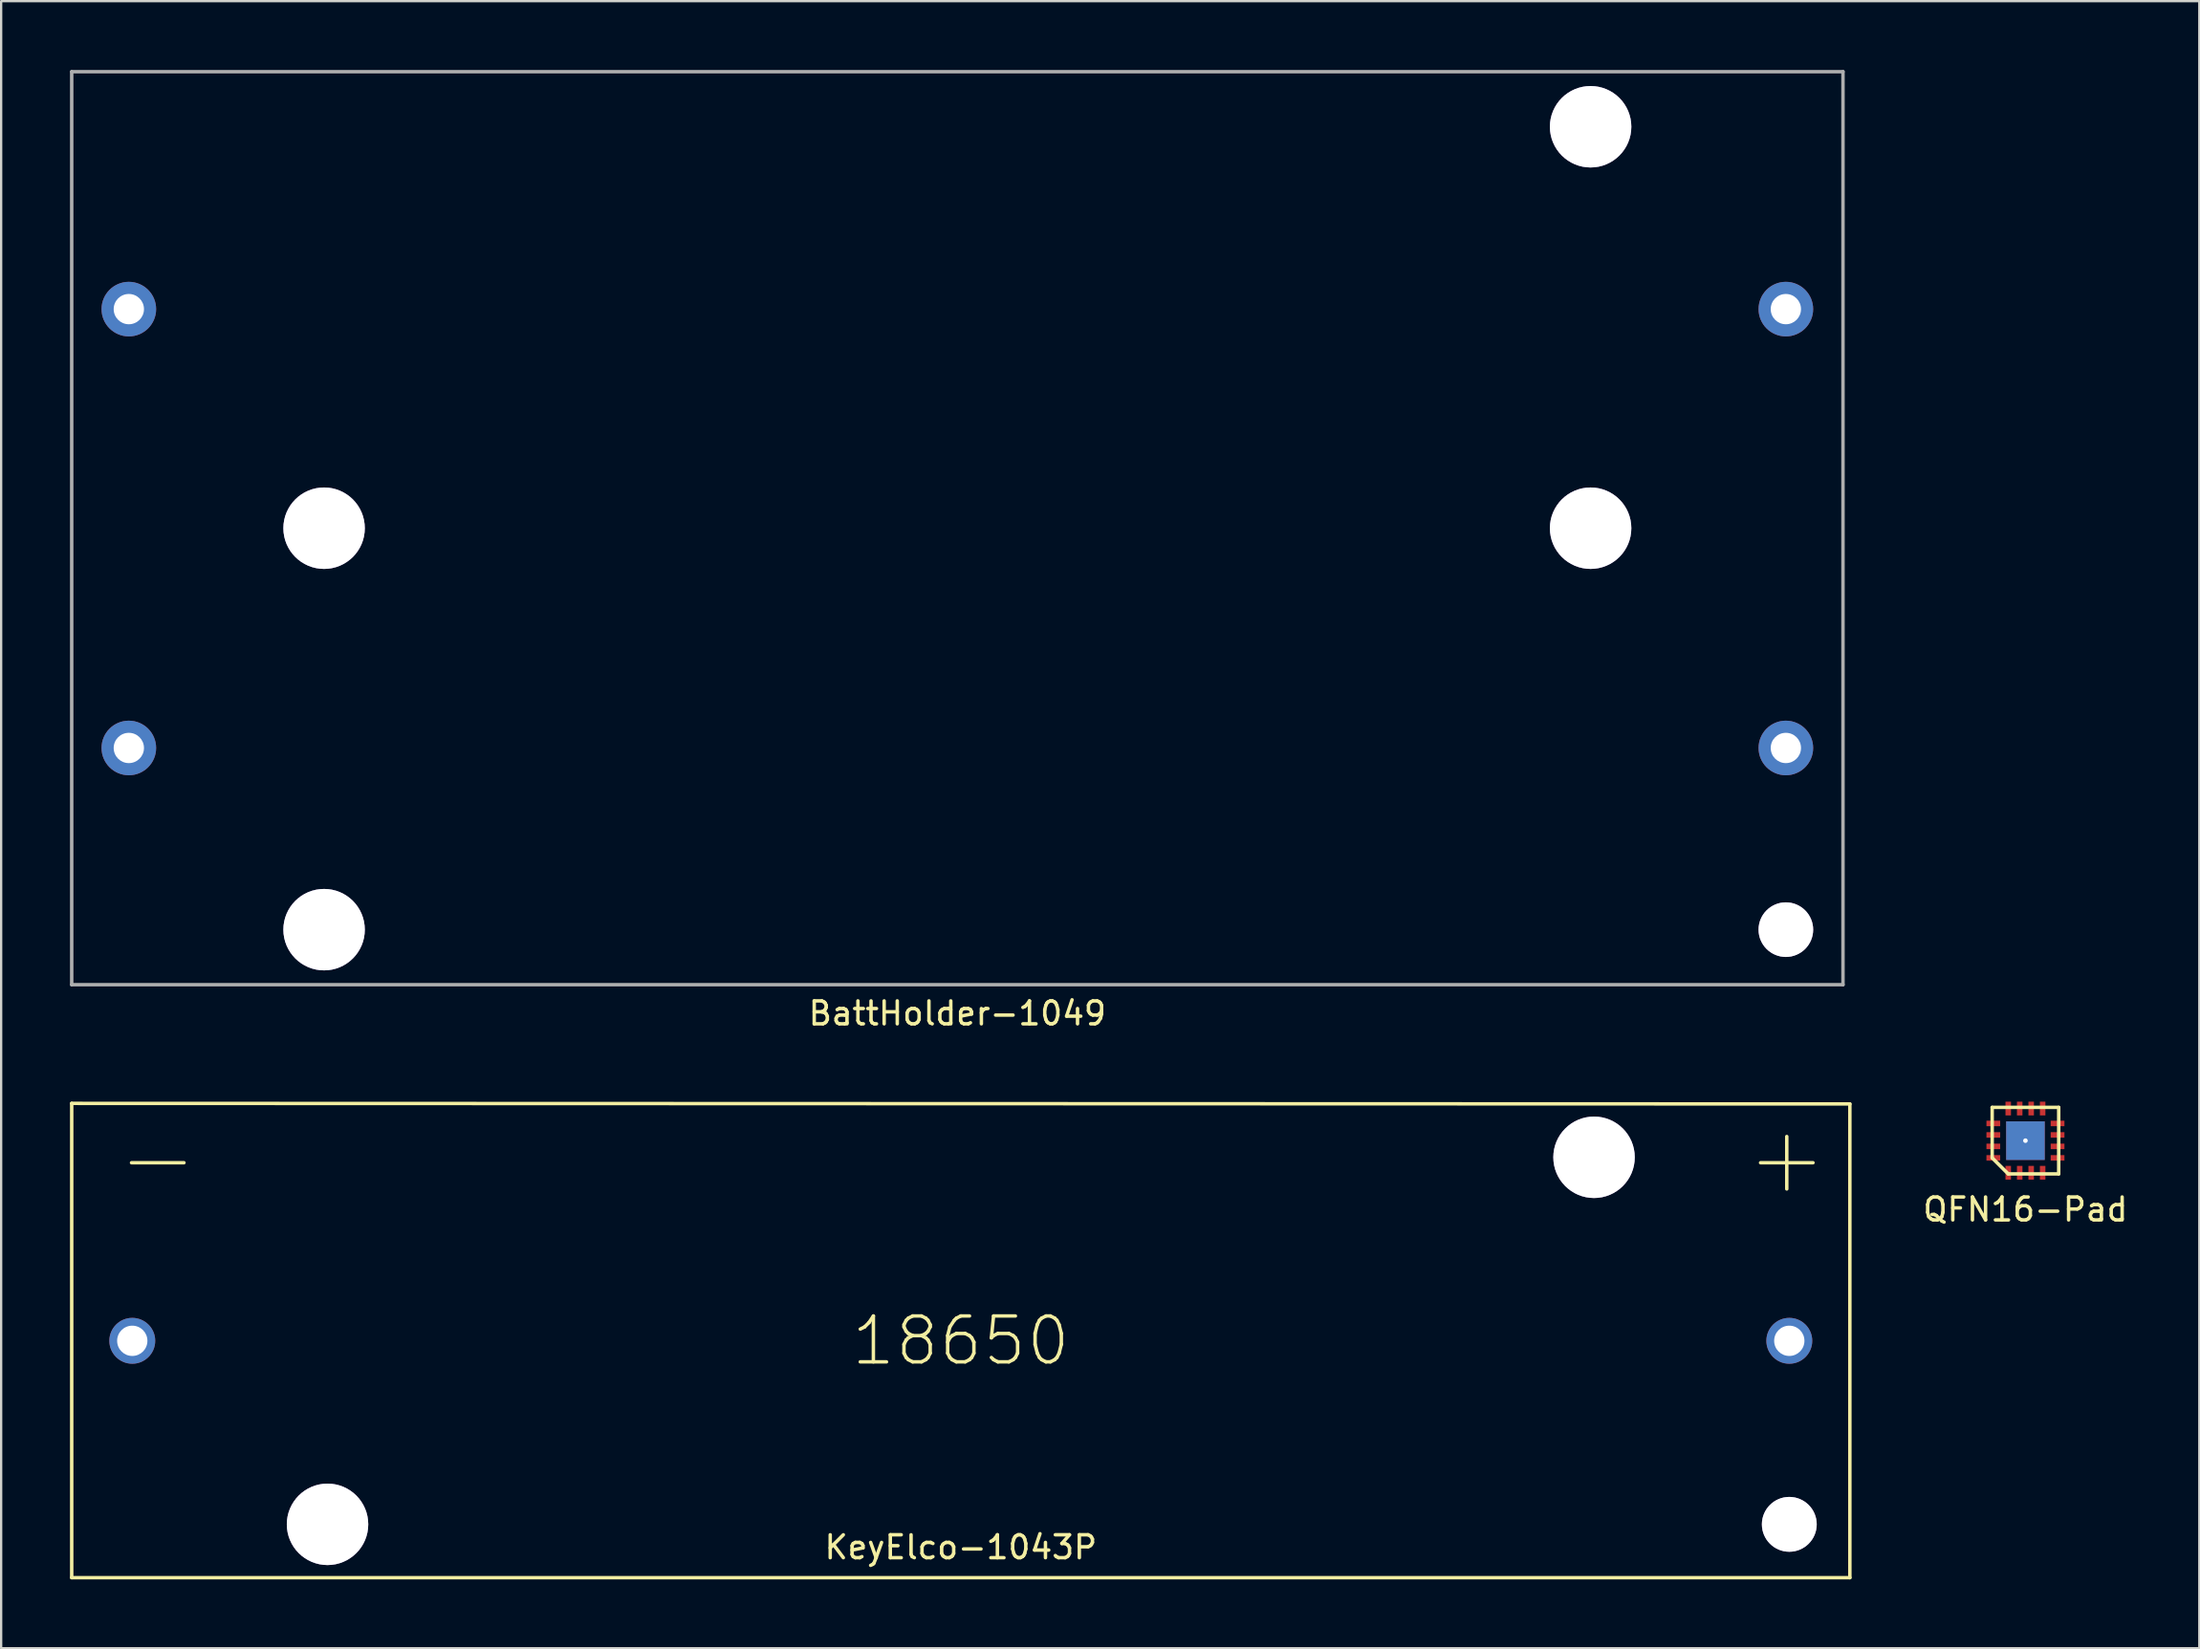
<source format=kicad_pcb>
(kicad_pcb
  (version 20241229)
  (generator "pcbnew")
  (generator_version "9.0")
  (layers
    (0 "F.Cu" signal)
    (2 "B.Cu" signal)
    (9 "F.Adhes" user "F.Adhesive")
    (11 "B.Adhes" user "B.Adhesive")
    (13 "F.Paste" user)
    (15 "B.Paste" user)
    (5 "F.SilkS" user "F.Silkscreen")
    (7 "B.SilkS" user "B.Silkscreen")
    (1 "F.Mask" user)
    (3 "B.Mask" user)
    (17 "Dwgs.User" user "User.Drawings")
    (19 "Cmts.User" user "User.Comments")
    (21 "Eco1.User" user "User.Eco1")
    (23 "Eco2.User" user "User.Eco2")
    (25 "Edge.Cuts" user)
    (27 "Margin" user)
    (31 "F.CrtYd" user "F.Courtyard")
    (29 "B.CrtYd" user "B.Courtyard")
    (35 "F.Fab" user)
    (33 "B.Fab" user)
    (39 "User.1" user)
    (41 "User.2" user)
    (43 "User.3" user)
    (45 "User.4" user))
  (footprint "KeyElco-1043P"
    (layer "F.Cu")
    (at 38.825 55.398)
    (property "Reference" "KeyElco-1043P" (at 0 9 0) (layer "F.SilkS") (effects (font (size 1 1) (thickness 0.15))))
    (attr through_hole)
    (fp_line (start -38.75 -10.35) (end 38.75 -10.325) (stroke (width 0.15) (type solid)) (layer "F.SilkS"))
    (fp_line (start -38.75 10.325) (end -38.75 -10.35) (stroke (width 0.15) (type solid)) (layer "F.SilkS"))
    (fp_line (start 38.75 -10.325) (end 38.75 10.325) (stroke (width 0.15) (type solid)) (layer "F.SilkS"))
    (fp_line (start 38.75 10.325) (end -38.75 10.325) (stroke (width 0.15) (type solid)) (layer "F.SilkS"))
    (fp_text user "-" (at -35 -8 0) (layer "F.SilkS") (effects (font (size 3 3) (thickness 0.15))))
    (fp_text user "+" (at 36 -8 0) (layer "F.SilkS") (effects (font (size 3 3) (thickness 0.15))))
    (fp_text user "18650" (at 0 0 0) (layer "F.SilkS") (effects (font (size 2 2) (thickness 0.15))))
    (pad "1" thru_hole circle (at 36.11 0) (size 2 2) (drill 1.32) (layers "*.Cu" "*.Mask"))
    (pad "2" thru_hole circle (at -36.11 0) (size 2 2) (drill 1.32) (layers "*.Cu" "*.Mask"))
    (pad "3" thru_hole circle (at 36.11 8) (size 2.39 2.39) (drill 2.39) (layers "*.Cu" "*.Mask"))
    (pad "~" thru_hole circle (at -27.6 8) (size 3.55 3.55) (drill 3.55) (layers "*.Cu" "*.Mask"))
    (pad "~" thru_hole circle (at 27.6 -8) (size 3.55 3.55) (drill 3.55) (layers "*.Cu" "*.Mask")))
  (footprint "QFN16-Pad"
    (layer "F.Cu")
    (at 85.227 46.673)
    (property "Reference" "QFN16-Pad" (at 0 3 0) (layer "F.SilkS") (effects (font (size 1 1) (thickness 0.15))))
    (attr through_hole)
    (fp_line (start -1.45 -1.45) (end -1.45 0.75) (stroke (width 0.15) (type solid)) (layer "F.SilkS"))
    (fp_line (start -1.45 -1.45) (end 1.45 -1.45) (stroke (width 0.15) (type solid)) (layer "F.SilkS"))
    (fp_line (start -1.45 0.75) (end -0.75 1.45) (stroke (width 0.15) (type solid)) (layer "F.SilkS"))
    (fp_line (start -0.75 1.45) (end 1.45 1.45) (stroke (width 0.15) (type solid)) (layer "F.SilkS"))
    (fp_line (start 1.45 -1.45) (end 1.45 1.45) (stroke (width 0.15) (type solid)) (layer "F.SilkS"))
    (pad "" np_thru_hole rect (at 0 0) (size 1.68 1.68) (drill 0.2) (layers "*.Cu" "*.Mask"))
    (pad "1" smd rect (at -1.4 -0.75) (size 0.6 0.24) (layers "F.Cu" "F.Mask" "F.Paste"))
    (pad "2" smd rect (at -1.4 -0.25) (size 0.6 0.24) (layers "F.Cu" "F.Mask" "F.Paste"))
    (pad "3" smd rect (at -1.4 0.25) (size 0.6 0.24) (layers "F.Cu" "F.Mask" "F.Paste"))
    (pad "4" smd rect (at -1.4 0.75) (size 0.6 0.24) (layers "F.Cu" "F.Mask" "F.Paste"))
    (pad "5" smd rect (at -0.75 1.4 90) (size 0.6 0.24) (layers "F.Cu" "F.Mask" "F.Paste"))
    (pad "6" smd rect (at -0.25 1.4 90) (size 0.6 0.24) (layers "F.Cu" "F.Mask" "F.Paste"))
    (pad "7" smd rect (at 0.25 1.4 90) (size 0.6 0.24) (layers "F.Cu" "F.Mask" "F.Paste"))
    (pad "8" smd rect (at 0.75 1.4 90) (size 0.6 0.24) (layers "F.Cu" "F.Mask" "F.Paste"))
    (pad "9" smd rect (at 1.4 0.75) (size 0.6 0.24) (layers "F.Cu" "F.Mask" "F.Paste"))
    (pad "10" smd rect (at 1.4 0.25) (size 0.6 0.24) (layers "F.Cu" "F.Mask" "F.Paste"))
    (pad "11" smd rect (at 1.4 -0.25) (size 0.6 0.24) (layers "F.Cu" "F.Mask" "F.Paste"))
    (pad "12" smd rect (at 1.4 -0.75) (size 0.6 0.24) (layers "F.Cu" "F.Mask" "F.Paste"))
    (pad "13" smd rect (at 0.75 -1.4 90) (size 0.6 0.24) (layers "F.Cu" "F.Mask" "F.Paste"))
    (pad "14" smd rect (at 0.25 -1.4 90) (size 0.6 0.24) (layers "F.Cu" "F.Mask" "F.Paste"))
    (pad "15" smd rect (at -0.25 -1.4 90) (size 0.6 0.24) (layers "F.Cu" "F.Mask" "F.Paste"))
    (pad "16" smd rect (at -0.75 -1.4 90) (size 0.6 0.24) (layers "F.Cu" "F.Mask" "F.Paste")))
  (footprint "BattHolder-1049"
    (layer "F.Cu")
    (at 38.675 10.425)
    (property "Reference" "BattHolder-1049" (at 0 30.7 0) (layer "F.SilkS") (effects (font (size 1 1) (thickness 0.15))))
    (attr through_hole)
    (fp_line (start -38.6 -10.35) (end -38.6 29.45) (stroke (width 0.15) (type solid)) (layer "F.Fab"))
    (fp_line (start -38.6 29.45) (end 38.6 29.45) (stroke (width 0.15) (type solid)) (layer "F.Fab"))
    (fp_line (start 38.6 -10.35) (end -38.6 -10.35) (stroke (width 0.15) (type solid)) (layer "F.Fab"))
    (fp_line (start 38.6 29.45) (end 38.6 -10.35) (stroke (width 0.15) (type solid)) (layer "F.Fab"))
    (pad "1" thru_hole circle (at -36.11 0) (size 2.38 2.38) (drill 1.32) (layers "*.Cu" "*.Mask"))
    (pad "2" thru_hole circle (at 36.11 0) (size 2.38 2.38) (drill 1.32) (layers "*.Cu" "*.Mask"))
    (pad "3" thru_hole circle (at 36.11 19.13) (size 2.38 2.38) (drill 1.32) (layers "*.Cu" "*.Mask"))
    (pad "4" thru_hole circle (at -36.11 19.13) (size 2.38 2.38) (drill 1.32) (layers "*.Cu" "*.Mask"))
    (pad "~" thru_hole circle (at -27.6 9.55) (size 3.55 3.55) (drill 3.55) (layers "*.Cu" "*.Mask"))
    (pad "~" thru_hole circle (at -27.6 27.05) (size 3.55 3.55) (drill 3.55) (layers "*.Cu" "*.Mask"))
    (pad "~" thru_hole circle (at 27.6 -7.95) (size 3.55 3.55) (drill 3.55) (layers "*.Cu" "*.Mask"))
    (pad "~" thru_hole circle (at 27.6 9.55) (size 3.55 3.55) (drill 3.55) (layers "*.Cu" "*.Mask"))
    (pad "~" thru_hole circle (at 36.11 27.05) (size 2.38 2.38) (drill 2.38) (layers "*.Cu" "*.Mask")))
  (gr_rect
    (start -3 -3)
    (end 92.805 68.798)
    (stroke (width 0.1) (type default))
    (fill no)
    (layer "Edge.Cuts")))
</source>
